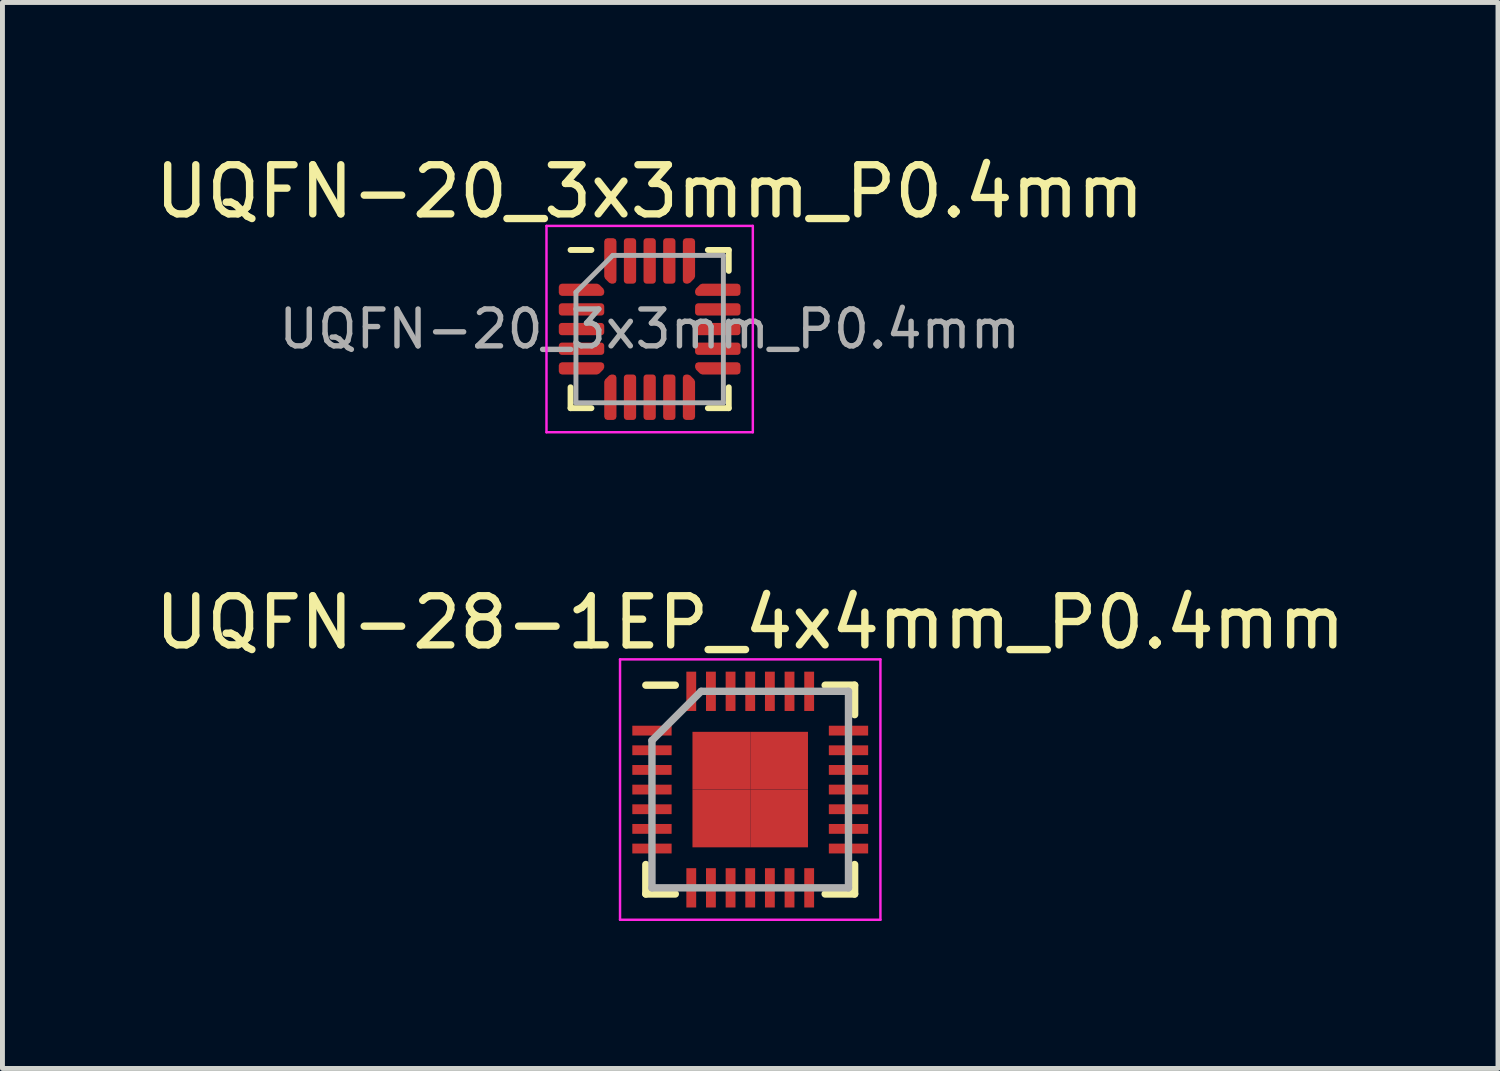
<source format=kicad_pcb>
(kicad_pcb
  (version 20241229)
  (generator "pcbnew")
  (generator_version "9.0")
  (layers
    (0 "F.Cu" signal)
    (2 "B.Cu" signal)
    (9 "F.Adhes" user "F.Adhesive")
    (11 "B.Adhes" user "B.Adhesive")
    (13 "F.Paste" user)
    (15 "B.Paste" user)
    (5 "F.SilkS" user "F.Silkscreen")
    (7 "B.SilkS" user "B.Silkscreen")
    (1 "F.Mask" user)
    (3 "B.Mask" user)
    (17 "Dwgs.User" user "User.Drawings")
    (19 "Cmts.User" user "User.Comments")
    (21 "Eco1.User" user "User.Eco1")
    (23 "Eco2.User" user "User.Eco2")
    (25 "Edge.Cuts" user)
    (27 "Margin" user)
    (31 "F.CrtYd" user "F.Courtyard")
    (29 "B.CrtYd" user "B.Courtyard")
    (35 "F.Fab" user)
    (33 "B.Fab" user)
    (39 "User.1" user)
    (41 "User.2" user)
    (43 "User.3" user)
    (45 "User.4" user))
  (footprint "UQFN-28-1EP_4x4mm_P0.4mm"
    (layer "F.Cu")
    (at 12.22 13.021)
    (property "Reference" "UQFN-28-1EP_4x4mm_P0.4mm" (at 0 -3.4 0) (layer "F.SilkS") (effects (font (size 1 1) (thickness 0.15))))
    (attr smd)
    (fp_line (start -2.125 -2.125) (end -1.525 -2.125) (stroke (width 0.15) (type solid)) (layer "F.SilkS"))
    (fp_line (start -2.125 2.125) (end -2.125 1.525) (stroke (width 0.15) (type solid)) (layer "F.SilkS"))
    (fp_line (start -2.125 2.125) (end -1.525 2.125) (stroke (width 0.15) (type solid)) (layer "F.SilkS"))
    (fp_line (start 2.125 -2.125) (end 1.525 -2.125) (stroke (width 0.15) (type solid)) (layer "F.SilkS"))
    (fp_line (start 2.125 -2.125) (end 2.125 -1.525) (stroke (width 0.15) (type solid)) (layer "F.SilkS"))
    (fp_line (start 2.125 2.125) (end 1.525 2.125) (stroke (width 0.15) (type solid)) (layer "F.SilkS"))
    (fp_line (start 2.125 2.125) (end 2.125 1.525) (stroke (width 0.15) (type solid)) (layer "F.SilkS"))
    (fp_line (start -2.65 -2.65) (end -2.65 2.65) (stroke (width 0.05) (type solid)) (layer "F.CrtYd"))
    (fp_line (start -2.65 -2.65) (end 2.65 -2.65) (stroke (width 0.05) (type solid)) (layer "F.CrtYd"))
    (fp_line (start -2.65 2.65) (end 2.65 2.65) (stroke (width 0.05) (type solid)) (layer "F.CrtYd"))
    (fp_line (start 2.65 -2.65) (end 2.65 2.65) (stroke (width 0.05) (type solid)) (layer "F.CrtYd"))
    (fp_line (start -2 -1) (end -1 -2) (stroke (width 0.15) (type solid)) (layer "F.Fab"))
    (fp_line (start -2 2) (end -2 -1) (stroke (width 0.15) (type solid)) (layer "F.Fab"))
    (fp_line (start -1 -2) (end 2 -2) (stroke (width 0.15) (type solid)) (layer "F.Fab"))
    (fp_line (start 2 -2) (end 2 2) (stroke (width 0.15) (type solid)) (layer "F.Fab"))
    (fp_line (start 2 2) (end -2 2) (stroke (width 0.15) (type solid)) (layer "F.Fab"))
    (pad "1" smd rect (at -2 -1.2) (size 0.8 0.2) (layers "F.Cu" "F.Mask" "F.Paste"))
    (pad "2" smd rect (at -2 -0.8) (size 0.8 0.2) (layers "F.Cu" "F.Mask" "F.Paste"))
    (pad "3" smd rect (at -2 -0.4) (size 0.8 0.2) (layers "F.Cu" "F.Mask" "F.Paste"))
    (pad "4" smd rect (at -2 0) (size 0.8 0.2) (layers "F.Cu" "F.Mask" "F.Paste"))
    (pad "5" smd rect (at -2 0.4) (size 0.8 0.2) (layers "F.Cu" "F.Mask" "F.Paste"))
    (pad "6" smd rect (at -2 0.8) (size 0.8 0.2) (layers "F.Cu" "F.Mask" "F.Paste"))
    (pad "7" smd rect (at -2 1.2) (size 0.8 0.2) (layers "F.Cu" "F.Mask" "F.Paste"))
    (pad "8" smd rect (at -1.2 2 90) (size 0.8 0.2) (layers "F.Cu" "F.Mask" "F.Paste"))
    (pad "9" smd rect (at -0.8 2 90) (size 0.8 0.2) (layers "F.Cu" "F.Mask" "F.Paste"))
    (pad "10" smd rect (at -0.4 2 90) (size 0.8 0.2) (layers "F.Cu" "F.Mask" "F.Paste"))
    (pad "11" smd rect (at 0 2 90) (size 0.8 0.2) (layers "F.Cu" "F.Mask" "F.Paste"))
    (pad "12" smd rect (at 0.4 2 90) (size 0.8 0.2) (layers "F.Cu" "F.Mask" "F.Paste"))
    (pad "13" smd rect (at 0.8 2 90) (size 0.8 0.2) (layers "F.Cu" "F.Mask" "F.Paste"))
    (pad "14" smd rect (at 1.2 2 90) (size 0.8 0.2) (layers "F.Cu" "F.Mask" "F.Paste"))
    (pad "15" smd rect (at 2 1.2) (size 0.8 0.2) (layers "F.Cu" "F.Mask" "F.Paste"))
    (pad "16" smd rect (at 2 0.8) (size 0.8 0.2) (layers "F.Cu" "F.Mask" "F.Paste"))
    (pad "17" smd rect (at 2 0.4) (size 0.8 0.2) (layers "F.Cu" "F.Mask" "F.Paste"))
    (pad "18" smd rect (at 2 0) (size 0.8 0.2) (layers "F.Cu" "F.Mask" "F.Paste"))
    (pad "19" smd rect (at 2 -0.4) (size 0.8 0.2) (layers "F.Cu" "F.Mask" "F.Paste"))
    (pad "20" smd rect (at 2 -0.8) (size 0.8 0.2) (layers "F.Cu" "F.Mask" "F.Paste"))
    (pad "21" smd rect (at 2 -1.2) (size 0.8 0.2) (layers "F.Cu" "F.Mask" "F.Paste"))
    (pad "22" smd rect (at 1.2 -2 90) (size 0.8 0.2) (layers "F.Cu" "F.Mask" "F.Paste"))
    (pad "23" smd rect (at 0.8 -2 90) (size 0.8 0.2) (layers "F.Cu" "F.Mask" "F.Paste"))
    (pad "24" smd rect (at 0.4 -2 90) (size 0.8 0.2) (layers "F.Cu" "F.Mask" "F.Paste"))
    (pad "25" smd rect (at 0 -2 90) (size 0.8 0.2) (layers "F.Cu" "F.Mask" "F.Paste"))
    (pad "26" smd rect (at -0.4 -2 90) (size 0.8 0.2) (layers "F.Cu" "F.Mask" "F.Paste"))
    (pad "27" smd rect (at -0.8 -2 90) (size 0.8 0.2) (layers "F.Cu" "F.Mask" "F.Paste"))
    (pad "28" smd rect (at -1.2 -2 90) (size 0.8 0.2) (layers "F.Cu" "F.Mask" "F.Paste"))
    (pad "29" smd rect (at -0.588 -0.588) (size 1.175 1.175) (layers "F.Cu" "F.Mask" "F.Paste"))
    (pad "29" smd rect (at -0.588 0.588) (size 1.175 1.175) (layers "F.Cu" "F.Mask" "F.Paste"))
    (pad "29" smd rect (at 0.588 -0.588) (size 1.175 1.175) (layers "F.Cu" "F.Mask" "F.Paste"))
    (pad "29" smd rect (at 0.588 0.588) (size 1.175 1.175) (layers "F.Cu" "F.Mask" "F.Paste")))
  (footprint "UQFN-20_3x3mm_P0.4mm"
    (layer "F.Cu")
    (at 10.173 3.648)
    (property "Reference" "UQFN-20_3x3mm_P0.4mm" (at 0 -2.8 0) (layer "F.SilkS") (effects (font (size 1 1) (thickness 0.15))))
    (attr smd)
    (fp_line (start -1.61 1.61) (end -1.61 1.185) (stroke (width 0.12) (type solid)) (layer "F.SilkS"))
    (fp_line (start -1.185 -1.61) (end -1.61 -1.61) (stroke (width 0.12) (type solid)) (layer "F.SilkS"))
    (fp_line (start -1.185 1.61) (end -1.61 1.61) (stroke (width 0.12) (type solid)) (layer "F.SilkS"))
    (fp_line (start 1.185 -1.61) (end 1.61 -1.61) (stroke (width 0.12) (type solid)) (layer "F.SilkS"))
    (fp_line (start 1.185 1.61) (end 1.61 1.61) (stroke (width 0.12) (type solid)) (layer "F.SilkS"))
    (fp_line (start 1.61 -1.61) (end 1.61 -1.185) (stroke (width 0.12) (type solid)) (layer "F.SilkS"))
    (fp_line (start 1.61 1.61) (end 1.61 1.185) (stroke (width 0.12) (type solid)) (layer "F.SilkS"))
    (fp_line (start -2.1 -2.1) (end -2.1 2.1) (stroke (width 0.05) (type solid)) (layer "F.CrtYd"))
    (fp_line (start -2.1 2.1) (end 2.1 2.1) (stroke (width 0.05) (type solid)) (layer "F.CrtYd"))
    (fp_line (start 2.1 -2.1) (end -2.1 -2.1) (stroke (width 0.05) (type solid)) (layer "F.CrtYd"))
    (fp_line (start 2.1 2.1) (end 2.1 -2.1) (stroke (width 0.05) (type solid)) (layer "F.CrtYd"))
    (fp_line (start -1.5 -0.75) (end -0.75 -1.5) (stroke (width 0.1) (type solid)) (layer "F.Fab"))
    (fp_line (start -1.5 1.5) (end -1.5 -0.75) (stroke (width 0.1) (type solid)) (layer "F.Fab"))
    (fp_line (start -0.75 -1.5) (end 1.5 -1.5) (stroke (width 0.1) (type solid)) (layer "F.Fab"))
    (fp_line (start 1.5 -1.5) (end 1.5 1.5) (stroke (width 0.1) (type solid)) (layer "F.Fab"))
    (fp_line (start 1.5 1.5) (end -1.5 1.5) (stroke (width 0.1) (type solid)) (layer "F.Fab"))
    (fp_text user "${REFERENCE}" (at 0 0 0) (layer "F.Fab") (effects (font (size 0.75 0.75) (thickness 0.11))))
    (pad "1" smd custom (at -1.387 -0.8) (size 0.165 0.165) (layers "F.Cu" "F.Mask" "F.Paste") (options (anchor circle)) (primitives (gr_poly (pts (xy -0.4 -0.062) (xy 0.317 -0.062) (xy 0.4 0.021) (xy 0.4 0.062) (xy -0.4 0.062)) (width 0.125) (fill yes))))
    (pad "2" smd roundrect (at -1.387 -0.4) (size 0.925 0.25) (layers "F.Cu" "F.Mask" "F.Paste") (roundrect_rratio 0.25))
    (pad "3" smd roundrect (at -1.387 0) (size 0.925 0.25) (layers "F.Cu" "F.Mask" "F.Paste") (roundrect_rratio 0.25))
    (pad "4" smd roundrect (at -1.387 0.4) (size 0.925 0.25) (layers "F.Cu" "F.Mask" "F.Paste") (roundrect_rratio 0.25))
    (pad "5" smd custom (at -1.387 0.8) (size 0.165 0.165) (layers "F.Cu" "F.Mask" "F.Paste") (options (anchor circle)) (primitives (gr_poly (pts (xy -0.4 -0.062) (xy 0.4 -0.062) (xy 0.4 -0.021) (xy 0.317 0.062) (xy -0.4 0.062)) (width 0.125) (fill yes))))
    (pad "6" smd custom (at -0.8 1.387) (size 0.165 0.165) (layers "F.Cu" "F.Mask" "F.Paste") (options (anchor circle)) (primitives (gr_poly (pts (xy -0.062 -0.317) (xy 0.021 -0.4) (xy 0.062 -0.4) (xy 0.062 0.4) (xy -0.062 0.4)) (width 0.125) (fill yes))))
    (pad "7" smd roundrect (at -0.4 1.387) (size 0.25 0.925) (layers "F.Cu" "F.Mask" "F.Paste") (roundrect_rratio 0.25))
    (pad "8" smd roundrect (at 0 1.387) (size 0.25 0.925) (layers "F.Cu" "F.Mask" "F.Paste") (roundrect_rratio 0.25))
    (pad "9" smd roundrect (at 0.4 1.387) (size 0.25 0.925) (layers "F.Cu" "F.Mask" "F.Paste") (roundrect_rratio 0.25))
    (pad "10" smd custom (at 0.8 1.387) (size 0.165 0.165) (layers "F.Cu" "F.Mask" "F.Paste") (options (anchor circle)) (primitives (gr_poly (pts (xy -0.062 -0.4) (xy -0.021 -0.4) (xy 0.062 -0.317) (xy 0.062 0.4) (xy -0.062 0.4)) (width 0.125) (fill yes))))
    (pad "11" smd custom (at 1.387 0.8) (size 0.165 0.165) (layers "F.Cu" "F.Mask" "F.Paste") (options (anchor circle)) (primitives (gr_poly (pts (xy -0.4 -0.062) (xy 0.4 -0.062) (xy 0.4 0.062) (xy -0.317 0.062) (xy -0.4 -0.021)) (width 0.125) (fill yes))))
    (pad "12" smd roundrect (at 1.387 0.4) (size 0.925 0.25) (layers "F.Cu" "F.Mask" "F.Paste") (roundrect_rratio 0.25))
    (pad "13" smd roundrect (at 1.387 0) (size 0.925 0.25) (layers "F.Cu" "F.Mask" "F.Paste") (roundrect_rratio 0.25))
    (pad "14" smd roundrect (at 1.387 -0.4) (size 0.925 0.25) (layers "F.Cu" "F.Mask" "F.Paste") (roundrect_rratio 0.25))
    (pad "15" smd custom (at 1.387 -0.8) (size 0.165 0.165) (layers "F.Cu" "F.Mask" "F.Paste") (options (anchor circle)) (primitives (gr_poly (pts (xy -0.4 0.021) (xy -0.317 -0.062) (xy 0.4 -0.062) (xy 0.4 0.062) (xy -0.4 0.062)) (width 0.125) (fill yes))))
    (pad "16" smd custom (at 0.8 -1.387) (size 0.165 0.165) (layers "F.Cu" "F.Mask" "F.Paste") (options (anchor circle)) (primitives (gr_poly (pts (xy -0.062 -0.4) (xy 0.062 -0.4) (xy 0.062 0.317) (xy -0.021 0.4) (xy -0.062 0.4)) (width 0.125) (fill yes))))
    (pad "17" smd roundrect (at 0.4 -1.387) (size 0.25 0.925) (layers "F.Cu" "F.Mask" "F.Paste") (roundrect_rratio 0.25))
    (pad "18" smd roundrect (at 0 -1.387) (size 0.25 0.925) (layers "F.Cu" "F.Mask" "F.Paste") (roundrect_rratio 0.25))
    (pad "19" smd roundrect (at -0.4 -1.387) (size 0.25 0.925) (layers "F.Cu" "F.Mask" "F.Paste") (roundrect_rratio 0.25))
    (pad "20" smd custom (at -0.8 -1.387) (size 0.165 0.165) (layers "F.Cu" "F.Mask" "F.Paste") (options (anchor circle)) (primitives (gr_poly (pts (xy -0.062 -0.4) (xy 0.062 -0.4) (xy 0.062 0.4) (xy 0.021 0.4) (xy -0.062 0.317)) (width 0.125) (fill yes)))))
  (gr_rect
    (start -3 -3)
    (end 27.44 18.697)
    (stroke (width 0.1) (type default))
    (fill no)
    (layer "Edge.Cuts")))
</source>
